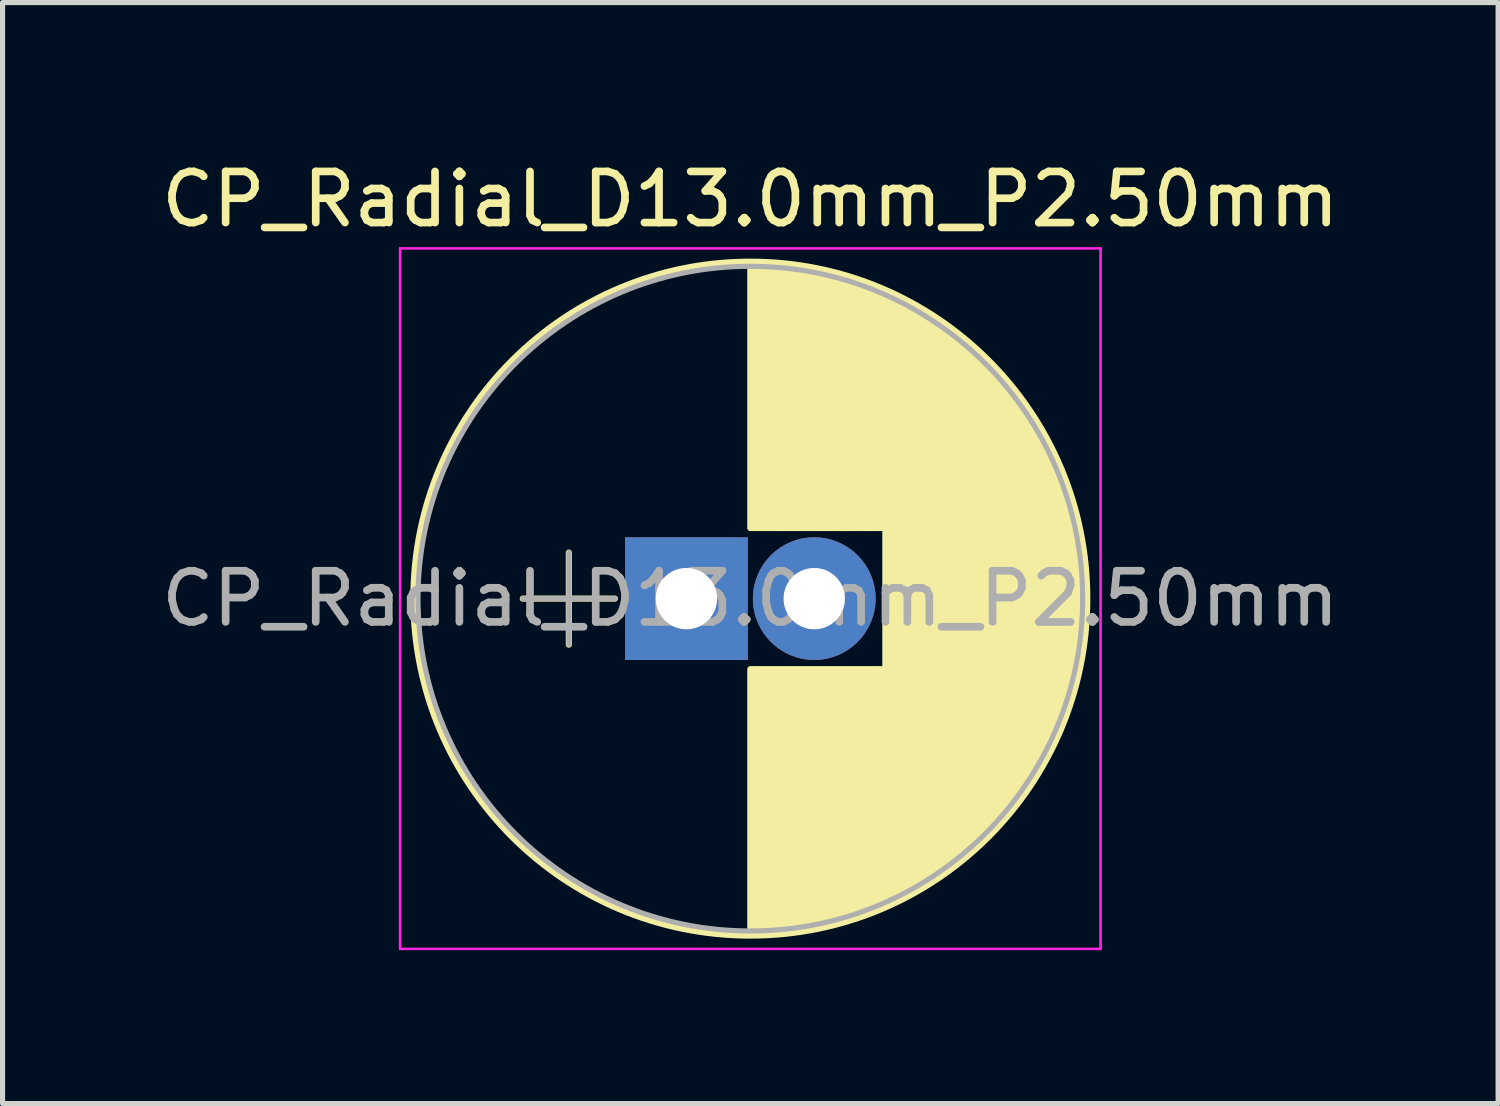
<source format=kicad_pcb>
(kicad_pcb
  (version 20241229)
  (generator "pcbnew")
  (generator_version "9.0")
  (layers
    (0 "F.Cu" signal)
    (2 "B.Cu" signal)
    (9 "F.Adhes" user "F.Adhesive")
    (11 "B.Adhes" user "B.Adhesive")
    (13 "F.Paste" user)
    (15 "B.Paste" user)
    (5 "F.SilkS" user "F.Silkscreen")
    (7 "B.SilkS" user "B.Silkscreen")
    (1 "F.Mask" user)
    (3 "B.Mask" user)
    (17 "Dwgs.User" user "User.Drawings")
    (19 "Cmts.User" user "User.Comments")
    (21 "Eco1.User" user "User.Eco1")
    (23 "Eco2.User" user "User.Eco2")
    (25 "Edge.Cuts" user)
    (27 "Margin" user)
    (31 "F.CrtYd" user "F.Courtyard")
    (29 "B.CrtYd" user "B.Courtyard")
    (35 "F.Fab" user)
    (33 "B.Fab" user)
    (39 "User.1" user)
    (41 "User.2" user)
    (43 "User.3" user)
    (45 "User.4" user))
  (footprint "CP_Radial_D13.0mm_P2.50mm"
    (layer "F.Cu")
    (at 10.375 8.658)
    (property "Reference" "CP_Radial_D13.0mm_P2.50mm" (at 1.25 -7.81 0) (layer "F.SilkS") (effects (font (size 1 1) (thickness 0.15))))
    (attr through_hole)
    (fp_line (start -3.2 0) (end -1.4 0) (stroke (width 0.12) (type solid)) (layer "F.SilkS"))
    (fp_line (start -2.3 -0.9) (end -2.3 0.9) (stroke (width 0.12) (type solid)) (layer "F.SilkS"))
    (fp_line (start 1.25 -6.55) (end 1.25 -1.38) (stroke (width 0.12) (type solid)) (layer "F.SilkS"))
    (fp_line (start 1.25 1.38) (end 1.25 6.55) (stroke (width 0.12) (type solid)) (layer "F.SilkS"))
    (fp_line (start 1.29 -6.55) (end 1.29 -1.38) (stroke (width 0.12) (type solid)) (layer "F.SilkS"))
    (fp_line (start 1.29 1.38) (end 1.29 6.55) (stroke (width 0.12) (type solid)) (layer "F.SilkS"))
    (fp_line (start 1.33 -6.55) (end 1.33 -1.38) (stroke (width 0.12) (type solid)) (layer "F.SilkS"))
    (fp_line (start 1.33 1.38) (end 1.33 6.55) (stroke (width 0.12) (type solid)) (layer "F.SilkS"))
    (fp_line (start 1.37 -6.549) (end 1.37 -1.38) (stroke (width 0.12) (type solid)) (layer "F.SilkS"))
    (fp_line (start 1.37 1.38) (end 1.37 6.549) (stroke (width 0.12) (type solid)) (layer "F.SilkS"))
    (fp_line (start 1.41 -6.549) (end 1.41 -1.38) (stroke (width 0.12) (type solid)) (layer "F.SilkS"))
    (fp_line (start 1.41 1.38) (end 1.41 6.549) (stroke (width 0.12) (type solid)) (layer "F.SilkS"))
    (fp_line (start 1.45 -6.547) (end 1.45 -1.38) (stroke (width 0.12) (type solid)) (layer "F.SilkS"))
    (fp_line (start 1.45 1.38) (end 1.45 6.547) (stroke (width 0.12) (type solid)) (layer "F.SilkS"))
    (fp_line (start 1.49 -6.546) (end 1.49 -1.38) (stroke (width 0.12) (type solid)) (layer "F.SilkS"))
    (fp_line (start 1.49 1.38) (end 1.49 6.546) (stroke (width 0.12) (type solid)) (layer "F.SilkS"))
    (fp_line (start 1.53 -6.545) (end 1.53 -1.38) (stroke (width 0.12) (type solid)) (layer "F.SilkS"))
    (fp_line (start 1.53 1.38) (end 1.53 6.545) (stroke (width 0.12) (type solid)) (layer "F.SilkS"))
    (fp_line (start 1.57 -6.543) (end 1.57 -1.38) (stroke (width 0.12) (type solid)) (layer "F.SilkS"))
    (fp_line (start 1.57 1.38) (end 1.57 6.543) (stroke (width 0.12) (type solid)) (layer "F.SilkS"))
    (fp_line (start 1.61 -6.541) (end 1.61 -1.38) (stroke (width 0.12) (type solid)) (layer "F.SilkS"))
    (fp_line (start 1.61 1.38) (end 1.61 6.541) (stroke (width 0.12) (type solid)) (layer "F.SilkS"))
    (fp_line (start 1.65 -6.538) (end 1.65 -1.38) (stroke (width 0.12) (type solid)) (layer "F.SilkS"))
    (fp_line (start 1.65 1.38) (end 1.65 6.538) (stroke (width 0.12) (type solid)) (layer "F.SilkS"))
    (fp_line (start 1.69 -6.536) (end 1.69 -1.38) (stroke (width 0.12) (type solid)) (layer "F.SilkS"))
    (fp_line (start 1.69 1.38) (end 1.69 6.536) (stroke (width 0.12) (type solid)) (layer "F.SilkS"))
    (fp_line (start 1.73 -6.533) (end 1.73 -1.38) (stroke (width 0.12) (type solid)) (layer "F.SilkS"))
    (fp_line (start 1.73 1.38) (end 1.73 6.533) (stroke (width 0.12) (type solid)) (layer "F.SilkS"))
    (fp_line (start 1.77 -6.53) (end 1.77 -1.38) (stroke (width 0.12) (type solid)) (layer "F.SilkS"))
    (fp_line (start 1.77 1.38) (end 1.77 6.53) (stroke (width 0.12) (type solid)) (layer "F.SilkS"))
    (fp_line (start 1.81 -6.527) (end 1.81 -1.38) (stroke (width 0.12) (type solid)) (layer "F.SilkS"))
    (fp_line (start 1.81 1.38) (end 1.81 6.527) (stroke (width 0.12) (type solid)) (layer "F.SilkS"))
    (fp_line (start 1.85 -6.523) (end 1.85 -1.38) (stroke (width 0.12) (type solid)) (layer "F.SilkS"))
    (fp_line (start 1.85 1.38) (end 1.85 6.523) (stroke (width 0.12) (type solid)) (layer "F.SilkS"))
    (fp_line (start 1.89 -6.519) (end 1.89 -1.38) (stroke (width 0.12) (type solid)) (layer "F.SilkS"))
    (fp_line (start 1.89 1.38) (end 1.89 6.519) (stroke (width 0.12) (type solid)) (layer "F.SilkS"))
    (fp_line (start 1.93 -6.515) (end 1.93 -1.38) (stroke (width 0.12) (type solid)) (layer "F.SilkS"))
    (fp_line (start 1.93 1.38) (end 1.93 6.515) (stroke (width 0.12) (type solid)) (layer "F.SilkS"))
    (fp_line (start 1.971 -6.511) (end 1.971 -1.38) (stroke (width 0.12) (type solid)) (layer "F.SilkS"))
    (fp_line (start 1.971 1.38) (end 1.971 6.511) (stroke (width 0.12) (type solid)) (layer "F.SilkS"))
    (fp_line (start 2.011 -6.507) (end 2.011 -1.38) (stroke (width 0.12) (type solid)) (layer "F.SilkS"))
    (fp_line (start 2.011 1.38) (end 2.011 6.507) (stroke (width 0.12) (type solid)) (layer "F.SilkS"))
    (fp_line (start 2.051 -6.502) (end 2.051 -1.38) (stroke (width 0.12) (type solid)) (layer "F.SilkS"))
    (fp_line (start 2.051 1.38) (end 2.051 6.502) (stroke (width 0.12) (type solid)) (layer "F.SilkS"))
    (fp_line (start 2.091 -6.497) (end 2.091 -1.38) (stroke (width 0.12) (type solid)) (layer "F.SilkS"))
    (fp_line (start 2.091 1.38) (end 2.091 6.497) (stroke (width 0.12) (type solid)) (layer "F.SilkS"))
    (fp_line (start 2.131 -6.491) (end 2.131 -1.38) (stroke (width 0.12) (type solid)) (layer "F.SilkS"))
    (fp_line (start 2.131 1.38) (end 2.131 6.491) (stroke (width 0.12) (type solid)) (layer "F.SilkS"))
    (fp_line (start 2.171 -6.486) (end 2.171 -1.38) (stroke (width 0.12) (type solid)) (layer "F.SilkS"))
    (fp_line (start 2.171 1.38) (end 2.171 6.486) (stroke (width 0.12) (type solid)) (layer "F.SilkS"))
    (fp_line (start 2.211 -6.48) (end 2.211 -1.38) (stroke (width 0.12) (type solid)) (layer "F.SilkS"))
    (fp_line (start 2.211 1.38) (end 2.211 6.48) (stroke (width 0.12) (type solid)) (layer "F.SilkS"))
    (fp_line (start 2.251 -6.474) (end 2.251 -1.38) (stroke (width 0.12) (type solid)) (layer "F.SilkS"))
    (fp_line (start 2.251 1.38) (end 2.251 6.474) (stroke (width 0.12) (type solid)) (layer "F.SilkS"))
    (fp_line (start 2.291 -6.468) (end 2.291 -1.38) (stroke (width 0.12) (type solid)) (layer "F.SilkS"))
    (fp_line (start 2.291 1.38) (end 2.291 6.468) (stroke (width 0.12) (type solid)) (layer "F.SilkS"))
    (fp_line (start 2.331 -6.461) (end 2.331 -1.38) (stroke (width 0.12) (type solid)) (layer "F.SilkS"))
    (fp_line (start 2.331 1.38) (end 2.331 6.461) (stroke (width 0.12) (type solid)) (layer "F.SilkS"))
    (fp_line (start 2.371 -6.455) (end 2.371 -1.38) (stroke (width 0.12) (type solid)) (layer "F.SilkS"))
    (fp_line (start 2.371 1.38) (end 2.371 6.455) (stroke (width 0.12) (type solid)) (layer "F.SilkS"))
    (fp_line (start 2.411 -6.448) (end 2.411 -1.38) (stroke (width 0.12) (type solid)) (layer "F.SilkS"))
    (fp_line (start 2.411 1.38) (end 2.411 6.448) (stroke (width 0.12) (type solid)) (layer "F.SilkS"))
    (fp_line (start 2.451 -6.44) (end 2.451 -1.38) (stroke (width 0.12) (type solid)) (layer "F.SilkS"))
    (fp_line (start 2.451 1.38) (end 2.451 6.44) (stroke (width 0.12) (type solid)) (layer "F.SilkS"))
    (fp_line (start 2.491 -6.433) (end 2.491 -1.38) (stroke (width 0.12) (type solid)) (layer "F.SilkS"))
    (fp_line (start 2.491 1.38) (end 2.491 6.433) (stroke (width 0.12) (type solid)) (layer "F.SilkS"))
    (fp_line (start 2.531 -6.425) (end 2.531 -1.38) (stroke (width 0.12) (type solid)) (layer "F.SilkS"))
    (fp_line (start 2.531 1.38) (end 2.531 6.425) (stroke (width 0.12) (type solid)) (layer "F.SilkS"))
    (fp_line (start 2.571 -6.417) (end 2.571 -1.38) (stroke (width 0.12) (type solid)) (layer "F.SilkS"))
    (fp_line (start 2.571 1.38) (end 2.571 6.417) (stroke (width 0.12) (type solid)) (layer "F.SilkS"))
    (fp_line (start 2.611 -6.409) (end 2.611 -1.38) (stroke (width 0.12) (type solid)) (layer "F.SilkS"))
    (fp_line (start 2.611 1.38) (end 2.611 6.409) (stroke (width 0.12) (type solid)) (layer "F.SilkS"))
    (fp_line (start 2.651 -6.4) (end 2.651 -1.38) (stroke (width 0.12) (type solid)) (layer "F.SilkS"))
    (fp_line (start 2.651 1.38) (end 2.651 6.4) (stroke (width 0.12) (type solid)) (layer "F.SilkS"))
    (fp_line (start 2.691 -6.391) (end 2.691 -1.38) (stroke (width 0.12) (type solid)) (layer "F.SilkS"))
    (fp_line (start 2.691 1.38) (end 2.691 6.391) (stroke (width 0.12) (type solid)) (layer "F.SilkS"))
    (fp_line (start 2.731 -6.382) (end 2.731 -1.38) (stroke (width 0.12) (type solid)) (layer "F.SilkS"))
    (fp_line (start 2.731 1.38) (end 2.731 6.382) (stroke (width 0.12) (type solid)) (layer "F.SilkS"))
    (fp_line (start 2.771 -6.373) (end 2.771 -1.38) (stroke (width 0.12) (type solid)) (layer "F.SilkS"))
    (fp_line (start 2.771 1.38) (end 2.771 6.373) (stroke (width 0.12) (type solid)) (layer "F.SilkS"))
    (fp_line (start 2.811 -6.363) (end 2.811 -1.38) (stroke (width 0.12) (type solid)) (layer "F.SilkS"))
    (fp_line (start 2.811 1.38) (end 2.811 6.363) (stroke (width 0.12) (type solid)) (layer "F.SilkS"))
    (fp_line (start 2.851 -6.353) (end 2.851 -1.38) (stroke (width 0.12) (type solid)) (layer "F.SilkS"))
    (fp_line (start 2.851 1.38) (end 2.851 6.353) (stroke (width 0.12) (type solid)) (layer "F.SilkS"))
    (fp_line (start 2.891 -6.343) (end 2.891 -1.38) (stroke (width 0.12) (type solid)) (layer "F.SilkS"))
    (fp_line (start 2.891 1.38) (end 2.891 6.343) (stroke (width 0.12) (type solid)) (layer "F.SilkS"))
    (fp_line (start 2.931 -6.333) (end 2.931 -1.38) (stroke (width 0.12) (type solid)) (layer "F.SilkS"))
    (fp_line (start 2.931 1.38) (end 2.931 6.333) (stroke (width 0.12) (type solid)) (layer "F.SilkS"))
    (fp_line (start 2.971 -6.322) (end 2.971 -1.38) (stroke (width 0.12) (type solid)) (layer "F.SilkS"))
    (fp_line (start 2.971 1.38) (end 2.971 6.322) (stroke (width 0.12) (type solid)) (layer "F.SilkS"))
    (fp_line (start 3.011 -6.311) (end 3.011 -1.38) (stroke (width 0.12) (type solid)) (layer "F.SilkS"))
    (fp_line (start 3.011 1.38) (end 3.011 6.311) (stroke (width 0.12) (type solid)) (layer "F.SilkS"))
    (fp_line (start 3.051 -6.3) (end 3.051 -1.38) (stroke (width 0.12) (type solid)) (layer "F.SilkS"))
    (fp_line (start 3.051 1.38) (end 3.051 6.3) (stroke (width 0.12) (type solid)) (layer "F.SilkS"))
    (fp_line (start 3.091 -6.288) (end 3.091 -1.38) (stroke (width 0.12) (type solid)) (layer "F.SilkS"))
    (fp_line (start 3.091 1.38) (end 3.091 6.288) (stroke (width 0.12) (type solid)) (layer "F.SilkS"))
    (fp_line (start 3.131 -6.277) (end 3.131 -1.38) (stroke (width 0.12) (type solid)) (layer "F.SilkS"))
    (fp_line (start 3.131 1.38) (end 3.131 6.277) (stroke (width 0.12) (type solid)) (layer "F.SilkS"))
    (fp_line (start 3.171 -6.265) (end 3.171 -1.38) (stroke (width 0.12) (type solid)) (layer "F.SilkS"))
    (fp_line (start 3.171 1.38) (end 3.171 6.265) (stroke (width 0.12) (type solid)) (layer "F.SilkS"))
    (fp_line (start 3.211 -6.252) (end 3.211 -1.38) (stroke (width 0.12) (type solid)) (layer "F.SilkS"))
    (fp_line (start 3.211 1.38) (end 3.211 6.252) (stroke (width 0.12) (type solid)) (layer "F.SilkS"))
    (fp_line (start 3.251 -6.24) (end 3.251 -1.38) (stroke (width 0.12) (type solid)) (layer "F.SilkS"))
    (fp_line (start 3.251 1.38) (end 3.251 6.24) (stroke (width 0.12) (type solid)) (layer "F.SilkS"))
    (fp_line (start 3.291 -6.227) (end 3.291 -1.38) (stroke (width 0.12) (type solid)) (layer "F.SilkS"))
    (fp_line (start 3.291 1.38) (end 3.291 6.227) (stroke (width 0.12) (type solid)) (layer "F.SilkS"))
    (fp_line (start 3.331 -6.214) (end 3.331 -1.38) (stroke (width 0.12) (type solid)) (layer "F.SilkS"))
    (fp_line (start 3.331 1.38) (end 3.331 6.214) (stroke (width 0.12) (type solid)) (layer "F.SilkS"))
    (fp_line (start 3.371 -6.2) (end 3.371 -1.38) (stroke (width 0.12) (type solid)) (layer "F.SilkS"))
    (fp_line (start 3.371 1.38) (end 3.371 6.2) (stroke (width 0.12) (type solid)) (layer "F.SilkS"))
    (fp_line (start 3.411 -6.186) (end 3.411 -1.38) (stroke (width 0.12) (type solid)) (layer "F.SilkS"))
    (fp_line (start 3.411 1.38) (end 3.411 6.186) (stroke (width 0.12) (type solid)) (layer "F.SilkS"))
    (fp_line (start 3.451 -6.172) (end 3.451 -1.38) (stroke (width 0.12) (type solid)) (layer "F.SilkS"))
    (fp_line (start 3.451 1.38) (end 3.451 6.172) (stroke (width 0.12) (type solid)) (layer "F.SilkS"))
    (fp_line (start 3.491 -6.158) (end 3.491 -1.38) (stroke (width 0.12) (type solid)) (layer "F.SilkS"))
    (fp_line (start 3.491 1.38) (end 3.491 6.158) (stroke (width 0.12) (type solid)) (layer "F.SilkS"))
    (fp_line (start 3.531 -6.144) (end 3.531 -1.38) (stroke (width 0.12) (type solid)) (layer "F.SilkS"))
    (fp_line (start 3.531 1.38) (end 3.531 6.144) (stroke (width 0.12) (type solid)) (layer "F.SilkS"))
    (fp_line (start 3.571 -6.129) (end 3.571 -1.38) (stroke (width 0.12) (type solid)) (layer "F.SilkS"))
    (fp_line (start 3.571 1.38) (end 3.571 6.129) (stroke (width 0.12) (type solid)) (layer "F.SilkS"))
    (fp_line (start 3.611 -6.113) (end 3.611 -1.38) (stroke (width 0.12) (type solid)) (layer "F.SilkS"))
    (fp_line (start 3.611 1.38) (end 3.611 6.113) (stroke (width 0.12) (type solid)) (layer "F.SilkS"))
    (fp_line (start 3.651 -6.098) (end 3.651 -1.38) (stroke (width 0.12) (type solid)) (layer "F.SilkS"))
    (fp_line (start 3.651 1.38) (end 3.651 6.098) (stroke (width 0.12) (type solid)) (layer "F.SilkS"))
    (fp_line (start 3.691 -6.082) (end 3.691 -1.38) (stroke (width 0.12) (type solid)) (layer "F.SilkS"))
    (fp_line (start 3.691 1.38) (end 3.691 6.082) (stroke (width 0.12) (type solid)) (layer "F.SilkS"))
    (fp_line (start 3.731 -6.066) (end 3.731 -1.38) (stroke (width 0.12) (type solid)) (layer "F.SilkS"))
    (fp_line (start 3.731 1.38) (end 3.731 6.066) (stroke (width 0.12) (type solid)) (layer "F.SilkS"))
    (fp_line (start 3.771 -6.05) (end 3.771 -1.38) (stroke (width 0.12) (type solid)) (layer "F.SilkS"))
    (fp_line (start 3.771 1.38) (end 3.771 6.05) (stroke (width 0.12) (type solid)) (layer "F.SilkS"))
    (fp_line (start 3.811 -6.033) (end 3.811 -1.38) (stroke (width 0.12) (type solid)) (layer "F.SilkS"))
    (fp_line (start 3.811 1.38) (end 3.811 6.033) (stroke (width 0.12) (type solid)) (layer "F.SilkS"))
    (fp_line (start 3.851 -6.016) (end 3.851 -1.38) (stroke (width 0.12) (type solid)) (layer "F.SilkS"))
    (fp_line (start 3.851 1.38) (end 3.851 6.016) (stroke (width 0.12) (type solid)) (layer "F.SilkS"))
    (fp_line (start 3.891 -5.999) (end 3.891 5.999) (stroke (width 0.12) (type solid)) (layer "F.SilkS"))
    (fp_line (start 3.931 -5.981) (end 3.931 5.981) (stroke (width 0.12) (type solid)) (layer "F.SilkS"))
    (fp_line (start 3.971 -5.963) (end 3.971 5.963) (stroke (width 0.12) (type solid)) (layer "F.SilkS"))
    (fp_line (start 4.011 -5.945) (end 4.011 5.945) (stroke (width 0.12) (type solid)) (layer "F.SilkS"))
    (fp_line (start 4.051 -5.926) (end 4.051 5.926) (stroke (width 0.12) (type solid)) (layer "F.SilkS"))
    (fp_line (start 4.091 -5.907) (end 4.091 5.907) (stroke (width 0.12) (type solid)) (layer "F.SilkS"))
    (fp_line (start 4.131 -5.888) (end 4.131 5.888) (stroke (width 0.12) (type solid)) (layer "F.SilkS"))
    (fp_line (start 4.171 -5.868) (end 4.171 5.868) (stroke (width 0.12) (type solid)) (layer "F.SilkS"))
    (fp_line (start 4.211 -5.848) (end 4.211 5.848) (stroke (width 0.12) (type solid)) (layer "F.SilkS"))
    (fp_line (start 4.251 -5.828) (end 4.251 5.828) (stroke (width 0.12) (type solid)) (layer "F.SilkS"))
    (fp_line (start 4.291 -5.807) (end 4.291 5.807) (stroke (width 0.12) (type solid)) (layer "F.SilkS"))
    (fp_line (start 4.331 -5.786) (end 4.331 5.786) (stroke (width 0.12) (type solid)) (layer "F.SilkS"))
    (fp_line (start 4.371 -5.765) (end 4.371 5.765) (stroke (width 0.12) (type solid)) (layer "F.SilkS"))
    (fp_line (start 4.411 -5.743) (end 4.411 5.743) (stroke (width 0.12) (type solid)) (layer "F.SilkS"))
    (fp_line (start 4.451 -5.721) (end 4.451 5.721) (stroke (width 0.12) (type solid)) (layer "F.SilkS"))
    (fp_line (start 4.491 -5.699) (end 4.491 5.699) (stroke (width 0.12) (type solid)) (layer "F.SilkS"))
    (fp_line (start 4.531 -5.676) (end 4.531 5.676) (stroke (width 0.12) (type solid)) (layer "F.SilkS"))
    (fp_line (start 4.571 -5.653) (end 4.571 5.653) (stroke (width 0.12) (type solid)) (layer "F.SilkS"))
    (fp_line (start 4.611 -5.63) (end 4.611 5.63) (stroke (width 0.12) (type solid)) (layer "F.SilkS"))
    (fp_line (start 4.651 -5.606) (end 4.651 5.606) (stroke (width 0.12) (type solid)) (layer "F.SilkS"))
    (fp_line (start 4.691 -5.581) (end 4.691 5.581) (stroke (width 0.12) (type solid)) (layer "F.SilkS"))
    (fp_line (start 4.731 -5.557) (end 4.731 5.557) (stroke (width 0.12) (type solid)) (layer "F.SilkS"))
    (fp_line (start 4.771 -5.532) (end 4.771 5.532) (stroke (width 0.12) (type solid)) (layer "F.SilkS"))
    (fp_line (start 4.811 -5.506) (end 4.811 5.506) (stroke (width 0.12) (type solid)) (layer "F.SilkS"))
    (fp_line (start 4.851 -5.48) (end 4.851 5.48) (stroke (width 0.12) (type solid)) (layer "F.SilkS"))
    (fp_line (start 4.891 -5.454) (end 4.891 5.454) (stroke (width 0.12) (type solid)) (layer "F.SilkS"))
    (fp_line (start 4.931 -5.427) (end 4.931 5.427) (stroke (width 0.12) (type solid)) (layer "F.SilkS"))
    (fp_line (start 4.971 -5.4) (end 4.971 5.4) (stroke (width 0.12) (type solid)) (layer "F.SilkS"))
    (fp_line (start 5.011 -5.373) (end 5.011 5.373) (stroke (width 0.12) (type solid)) (layer "F.SilkS"))
    (fp_line (start 5.051 -5.345) (end 5.051 5.345) (stroke (width 0.12) (type solid)) (layer "F.SilkS"))
    (fp_line (start 5.091 -5.316) (end 5.091 5.316) (stroke (width 0.12) (type solid)) (layer "F.SilkS"))
    (fp_line (start 5.131 -5.287) (end 5.131 5.287) (stroke (width 0.12) (type solid)) (layer "F.SilkS"))
    (fp_line (start 5.171 -5.258) (end 5.171 5.258) (stroke (width 0.12) (type solid)) (layer "F.SilkS"))
    (fp_line (start 5.211 -5.228) (end 5.211 5.228) (stroke (width 0.12) (type solid)) (layer "F.SilkS"))
    (fp_line (start 5.251 -5.198) (end 5.251 5.198) (stroke (width 0.12) (type solid)) (layer "F.SilkS"))
    (fp_line (start 5.291 -5.167) (end 5.291 5.167) (stroke (width 0.12) (type solid)) (layer "F.SilkS"))
    (fp_line (start 5.331 -5.136) (end 5.331 5.136) (stroke (width 0.12) (type solid)) (layer "F.SilkS"))
    (fp_line (start 5.371 -5.104) (end 5.371 5.104) (stroke (width 0.12) (type solid)) (layer "F.SilkS"))
    (fp_line (start 5.411 -5.072) (end 5.411 5.072) (stroke (width 0.12) (type solid)) (layer "F.SilkS"))
    (fp_line (start 5.451 -5.039) (end 5.451 5.039) (stroke (width 0.12) (type solid)) (layer "F.SilkS"))
    (fp_line (start 5.491 -5.005) (end 5.491 5.005) (stroke (width 0.12) (type solid)) (layer "F.SilkS"))
    (fp_line (start 5.531 -4.971) (end 5.531 4.971) (stroke (width 0.12) (type solid)) (layer "F.SilkS"))
    (fp_line (start 5.571 -4.937) (end 5.571 4.937) (stroke (width 0.12) (type solid)) (layer "F.SilkS"))
    (fp_line (start 5.611 -4.902) (end 5.611 4.902) (stroke (width 0.12) (type solid)) (layer "F.SilkS"))
    (fp_line (start 5.651 -4.866) (end 5.651 4.866) (stroke (width 0.12) (type solid)) (layer "F.SilkS"))
    (fp_line (start 5.691 -4.83) (end 5.691 4.83) (stroke (width 0.12) (type solid)) (layer "F.SilkS"))
    (fp_line (start 5.731 -4.793) (end 5.731 4.793) (stroke (width 0.12) (type solid)) (layer "F.SilkS"))
    (fp_line (start 5.771 -4.756) (end 5.771 4.756) (stroke (width 0.12) (type solid)) (layer "F.SilkS"))
    (fp_line (start 5.811 -4.718) (end 5.811 4.718) (stroke (width 0.12) (type solid)) (layer "F.SilkS"))
    (fp_line (start 5.851 -4.679) (end 5.851 4.679) (stroke (width 0.12) (type solid)) (layer "F.SilkS"))
    (fp_line (start 5.891 -4.64) (end 5.891 4.64) (stroke (width 0.12) (type solid)) (layer "F.SilkS"))
    (fp_line (start 5.931 -4.6) (end 5.931 4.6) (stroke (width 0.12) (type solid)) (layer "F.SilkS"))
    (fp_line (start 5.971 -4.559) (end 5.971 4.559) (stroke (width 0.12) (type solid)) (layer "F.SilkS"))
    (fp_line (start 6.011 -4.518) (end 6.011 4.518) (stroke (width 0.12) (type solid)) (layer "F.SilkS"))
    (fp_line (start 6.051 -4.476) (end 6.051 4.476) (stroke (width 0.12) (type solid)) (layer "F.SilkS"))
    (fp_line (start 6.091 -4.433) (end 6.091 4.433) (stroke (width 0.12) (type solid)) (layer "F.SilkS"))
    (fp_line (start 6.131 -4.389) (end 6.131 4.389) (stroke (width 0.12) (type solid)) (layer "F.SilkS"))
    (fp_line (start 6.171 -4.345) (end 6.171 4.345) (stroke (width 0.12) (type solid)) (layer "F.SilkS"))
    (fp_line (start 6.211 -4.299) (end 6.211 4.299) (stroke (width 0.12) (type solid)) (layer "F.SilkS"))
    (fp_line (start 6.251 -4.253) (end 6.251 4.253) (stroke (width 0.12) (type solid)) (layer "F.SilkS"))
    (fp_line (start 6.291 -4.206) (end 6.291 4.206) (stroke (width 0.12) (type solid)) (layer "F.SilkS"))
    (fp_line (start 6.331 -4.158) (end 6.331 4.158) (stroke (width 0.12) (type solid)) (layer "F.SilkS"))
    (fp_line (start 6.371 -4.109) (end 6.371 4.109) (stroke (width 0.12) (type solid)) (layer "F.SilkS"))
    (fp_line (start 6.411 -4.06) (end 6.411 4.06) (stroke (width 0.12) (type solid)) (layer "F.SilkS"))
    (fp_line (start 6.451 -4.009) (end 6.451 4.009) (stroke (width 0.12) (type solid)) (layer "F.SilkS"))
    (fp_line (start 6.491 -3.957) (end 6.491 3.957) (stroke (width 0.12) (type solid)) (layer "F.SilkS"))
    (fp_line (start 6.531 -3.904) (end 6.531 3.904) (stroke (width 0.12) (type solid)) (layer "F.SilkS"))
    (fp_line (start 6.571 -3.85) (end 6.571 3.85) (stroke (width 0.12) (type solid)) (layer "F.SilkS"))
    (fp_line (start 6.611 -3.794) (end 6.611 3.794) (stroke (width 0.12) (type solid)) (layer "F.SilkS"))
    (fp_line (start 6.651 -3.738) (end 6.651 3.738) (stroke (width 0.12) (type solid)) (layer "F.SilkS"))
    (fp_line (start 6.691 -3.68) (end 6.691 3.68) (stroke (width 0.12) (type solid)) (layer "F.SilkS"))
    (fp_line (start 6.731 -3.621) (end 6.731 3.621) (stroke (width 0.12) (type solid)) (layer "F.SilkS"))
    (fp_line (start 6.771 -3.56) (end 6.771 3.56) (stroke (width 0.12) (type solid)) (layer "F.SilkS"))
    (fp_line (start 6.811 -3.498) (end 6.811 3.498) (stroke (width 0.12) (type solid)) (layer "F.SilkS"))
    (fp_line (start 6.851 -3.434) (end 6.851 3.434) (stroke (width 0.12) (type solid)) (layer "F.SilkS"))
    (fp_line (start 6.891 -3.369) (end 6.891 3.369) (stroke (width 0.12) (type solid)) (layer "F.SilkS"))
    (fp_line (start 6.931 -3.302) (end 6.931 3.302) (stroke (width 0.12) (type solid)) (layer "F.SilkS"))
    (fp_line (start 6.971 -3.233) (end 6.971 3.233) (stroke (width 0.12) (type solid)) (layer "F.SilkS"))
    (fp_line (start 7.011 -3.162) (end 7.011 3.162) (stroke (width 0.12) (type solid)) (layer "F.SilkS"))
    (fp_line (start 7.051 -3.089) (end 7.051 3.089) (stroke (width 0.12) (type solid)) (layer "F.SilkS"))
    (fp_line (start 7.091 -3.014) (end 7.091 3.014) (stroke (width 0.12) (type solid)) (layer "F.SilkS"))
    (fp_line (start 7.131 -2.936) (end 7.131 2.936) (stroke (width 0.12) (type solid)) (layer "F.SilkS"))
    (fp_line (start 7.171 -2.856) (end 7.171 2.856) (stroke (width 0.12) (type solid)) (layer "F.SilkS"))
    (fp_line (start 7.211 -2.772) (end 7.211 2.772) (stroke (width 0.12) (type solid)) (layer "F.SilkS"))
    (fp_line (start 7.251 -2.686) (end 7.251 2.686) (stroke (width 0.12) (type solid)) (layer "F.SilkS"))
    (fp_line (start 7.291 -2.596) (end 7.291 2.596) (stroke (width 0.12) (type solid)) (layer "F.SilkS"))
    (fp_line (start 7.331 -2.502) (end 7.331 2.502) (stroke (width 0.12) (type solid)) (layer "F.SilkS"))
    (fp_line (start 7.371 -2.405) (end 7.371 2.405) (stroke (width 0.12) (type solid)) (layer "F.SilkS"))
    (fp_line (start 7.411 -2.302) (end 7.411 2.302) (stroke (width 0.12) (type solid)) (layer "F.SilkS"))
    (fp_line (start 7.451 -2.194) (end 7.451 2.194) (stroke (width 0.12) (type solid)) (layer "F.SilkS"))
    (fp_line (start 7.491 -2.08) (end 7.491 2.08) (stroke (width 0.12) (type solid)) (layer "F.SilkS"))
    (fp_line (start 7.531 -1.958) (end 7.531 1.958) (stroke (width 0.12) (type solid)) (layer "F.SilkS"))
    (fp_line (start 7.571 -1.828) (end 7.571 1.828) (stroke (width 0.12) (type solid)) (layer "F.SilkS"))
    (fp_line (start 7.611 -1.686) (end 7.611 1.686) (stroke (width 0.12) (type solid)) (layer "F.SilkS"))
    (fp_line (start 7.651 -1.532) (end 7.651 1.532) (stroke (width 0.12) (type solid)) (layer "F.SilkS"))
    (fp_line (start 7.691 -1.359) (end 7.691 1.359) (stroke (width 0.12) (type solid)) (layer "F.SilkS"))
    (fp_line (start 7.731 -1.16) (end 7.731 1.16) (stroke (width 0.12) (type solid)) (layer "F.SilkS"))
    (fp_line (start 7.771 -0.918) (end 7.771 0.918) (stroke (width 0.12) (type solid)) (layer "F.SilkS"))
    (fp_line (start 7.811 -0.589) (end 7.811 0.589) (stroke (width 0.12) (type solid)) (layer "F.SilkS"))
    (fp_circle (center 1.25 0) (end 7.84 0) (stroke (width 0.12) (type solid)) (fill no) (layer "F.SilkS"))
    (fp_line (start -5.6 -6.85) (end -5.6 6.85) (stroke (width 0.05) (type solid)) (layer "F.CrtYd"))
    (fp_line (start -5.6 6.85) (end 8.1 6.85) (stroke (width 0.05) (type solid)) (layer "F.CrtYd"))
    (fp_line (start 8.1 -6.85) (end -5.6 -6.85) (stroke (width 0.05) (type solid)) (layer "F.CrtYd"))
    (fp_line (start 8.1 6.85) (end 8.1 -6.85) (stroke (width 0.05) (type solid)) (layer "F.CrtYd"))
    (fp_line (start -3.2 0) (end -1.4 0) (stroke (width 0.1) (type solid)) (layer "F.Fab"))
    (fp_line (start -2.3 -0.9) (end -2.3 0.9) (stroke (width 0.1) (type solid)) (layer "F.Fab"))
    (fp_circle (center 1.25 0) (end 7.75 0) (stroke (width 0.1) (type solid)) (fill no) (layer "F.Fab"))
    (fp_text user "${REFERENCE}" (at 1.25 0 0) (layer "F.Fab") (effects (font (size 1 1) (thickness 0.15))))
    (pad "1" thru_hole rect (at 0 0) (size 2.4 2.4) (drill 1.2) (layers "*.Cu" "*.Mask"))
    (pad "2" thru_hole circle (at 2.5 0) (size 2.4 2.4) (drill 1.2) (layers "*.Cu" "*.Mask")))
  (gr_rect
    (start -3 -3)
    (end 26.25 18.533)
    (stroke (width 0.1) (type default))
    (fill no)
    (layer "Edge.Cuts")))
</source>
